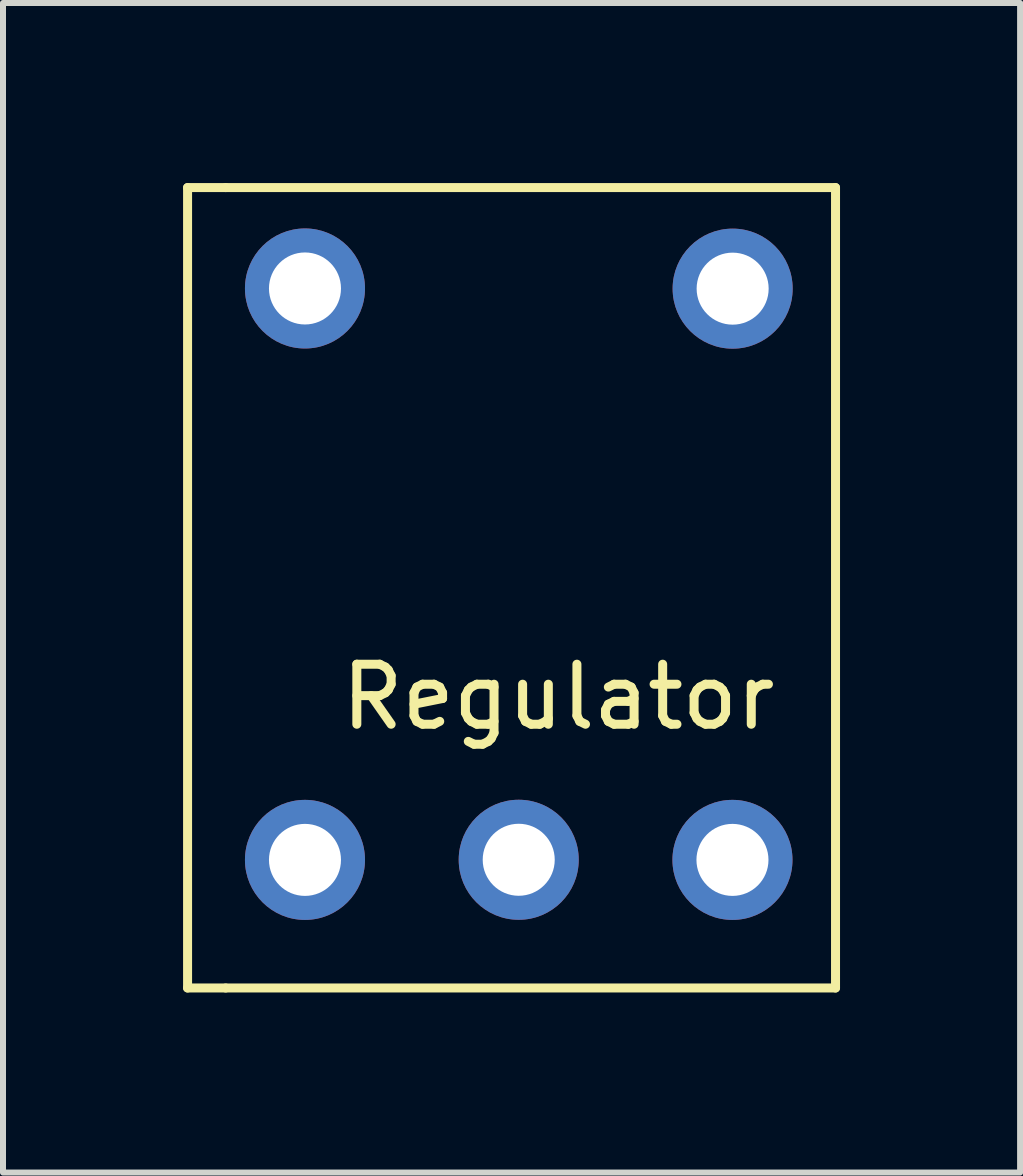
<source format=kicad_pcb>
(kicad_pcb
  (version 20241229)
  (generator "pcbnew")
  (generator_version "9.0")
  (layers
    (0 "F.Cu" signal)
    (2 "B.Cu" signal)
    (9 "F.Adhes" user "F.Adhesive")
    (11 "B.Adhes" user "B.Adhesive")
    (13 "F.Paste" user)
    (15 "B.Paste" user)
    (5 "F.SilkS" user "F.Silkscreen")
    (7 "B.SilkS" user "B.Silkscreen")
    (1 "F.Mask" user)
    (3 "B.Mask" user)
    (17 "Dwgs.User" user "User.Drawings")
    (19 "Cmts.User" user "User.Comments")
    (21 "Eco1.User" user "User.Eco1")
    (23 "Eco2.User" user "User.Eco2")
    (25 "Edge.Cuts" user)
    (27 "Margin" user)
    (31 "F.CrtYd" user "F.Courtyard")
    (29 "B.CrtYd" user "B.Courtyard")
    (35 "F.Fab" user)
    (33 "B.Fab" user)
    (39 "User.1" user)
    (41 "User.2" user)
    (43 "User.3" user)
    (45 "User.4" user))
  (footprint "Regulator"
    (layer "F.Cu")
    (at 6.425 8.965)
    (property "Reference" "Regulator" (at -0.173 -0.404 0) (layer "F.SilkS") (effects (font (size 1 1) (thickness 0.15))))
    (attr through_hole)
    (fp_line (start -6.35 -8.89) (end -6.35 4.445) (stroke (width 0.15) (type solid)) (layer "F.SilkS"))
    (fp_line (start -6.35 4.445) (end -5.715 4.445) (stroke (width 0.15) (type solid)) (layer "F.SilkS"))
    (fp_line (start -5.715 -8.89) (end -6.35 -8.89) (stroke (width 0.15) (type solid)) (layer "F.SilkS"))
    (fp_line (start -5.715 -8.89) (end 4.445 -8.89) (stroke (width 0.15) (type solid)) (layer "F.SilkS"))
    (fp_line (start 4.445 -8.89) (end 4.445 4.445) (stroke (width 0.15) (type solid)) (layer "F.SilkS"))
    (fp_line (start 4.445 4.445) (end -5.715 4.445) (stroke (width 0.15) (type solid)) (layer "F.SilkS"))
    (pad "1" thru_hole circle (at -4.394 2.311) (size 2 2) (drill 1.2) (layers "*.Cu" "*.Mask"))
    (pad "2" thru_hole circle (at -4.394 -7.209) (size 2 2) (drill 1.2) (layers "*.Cu" "*.Mask"))
    (pad "3" thru_hole circle (at 2.731 -7.206) (size 2 2) (drill 1.2) (layers "*.Cu" "*.Mask"))
    (pad "4" thru_hole circle (at 2.728 2.311) (size 2 2) (drill 1.2) (layers "*.Cu" "*.Mask"))
    (pad "5" thru_hole circle (at -0.833 2.309) (size 2 2) (drill 1.2) (layers "*.Cu" "*.Mask")))
  (gr_rect
    (start -3 -3)
    (end 13.945 16.485)
    (stroke (width 0.1) (type default))
    (fill no)
    (layer "Edge.Cuts")))
</source>
